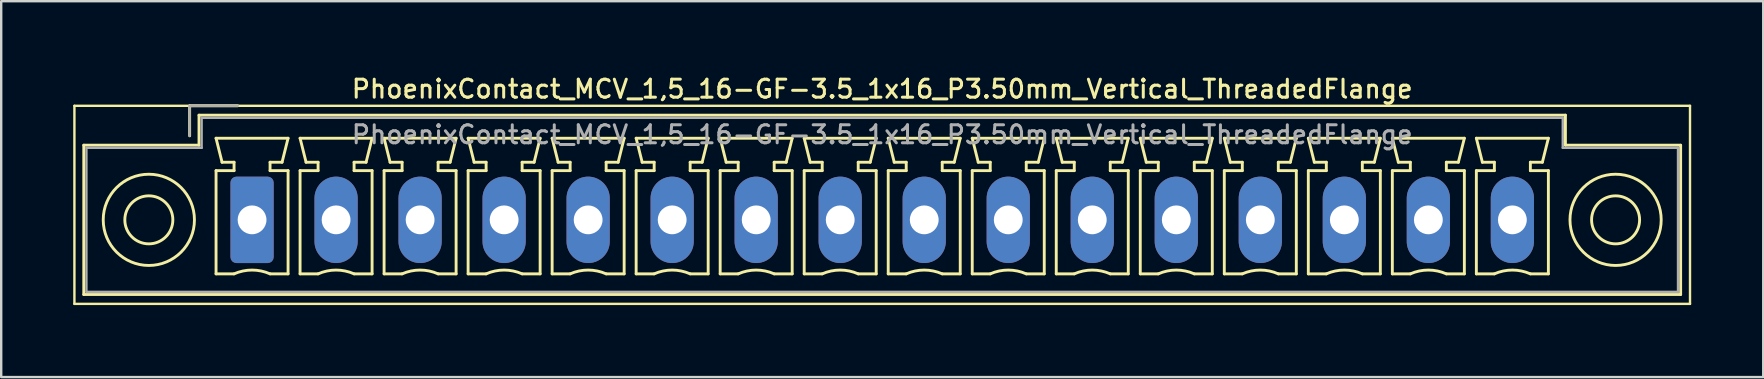
<source format=kicad_pcb>
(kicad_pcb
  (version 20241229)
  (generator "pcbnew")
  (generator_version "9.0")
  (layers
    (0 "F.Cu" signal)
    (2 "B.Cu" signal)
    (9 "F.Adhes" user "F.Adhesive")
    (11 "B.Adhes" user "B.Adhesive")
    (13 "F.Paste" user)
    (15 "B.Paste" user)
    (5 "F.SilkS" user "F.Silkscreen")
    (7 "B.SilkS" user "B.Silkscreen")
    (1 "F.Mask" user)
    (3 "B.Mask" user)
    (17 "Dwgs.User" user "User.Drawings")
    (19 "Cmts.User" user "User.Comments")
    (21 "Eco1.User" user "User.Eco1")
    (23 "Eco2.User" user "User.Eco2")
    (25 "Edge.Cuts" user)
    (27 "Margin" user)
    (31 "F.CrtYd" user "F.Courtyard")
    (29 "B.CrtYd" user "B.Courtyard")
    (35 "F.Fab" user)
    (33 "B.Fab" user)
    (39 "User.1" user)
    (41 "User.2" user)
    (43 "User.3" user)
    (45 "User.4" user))
  (footprint "PhoenixContact_MCV_1,5_16-GF-3.5_1x16_P3.50mm_Vertical_ThreadedFlange"
    (layer "F.Cu")
    (at 7.45 6.108)
    (property "Reference" "PhoenixContact_MCV_1,5_16-GF-3.5_1x16_P3.50mm_Vertical_ThreadedFlange" (at 26.25 -5.45 0) (layer "F.SilkS") (effects (font (size 0.75 0.75) (thickness 0.125))))
    (attr through_hole)
    (fp_line (start -7.4 -4.75) (end -7.4 3.5) (stroke (width 0.1) (type solid)) (layer "F.SilkS"))
    (fp_line (start -7.4 3.5) (end 59.9 3.5) (stroke (width 0.1) (type solid)) (layer "F.SilkS"))
    (fp_line (start -7.01 -3.11) (end -7.01 3.11) (stroke (width 0.12) (type solid)) (layer "F.SilkS"))
    (fp_line (start -7.01 3.11) (end 59.51 3.11) (stroke (width 0.12) (type solid)) (layer "F.SilkS"))
    (fp_line (start -2.6 -4.75) (end -0.6 -4.75) (stroke (width 0.12) (type solid)) (layer "F.SilkS"))
    (fp_line (start -2.6 -3.5) (end -2.6 -4.75) (stroke (width 0.12) (type solid)) (layer "F.SilkS"))
    (fp_line (start -2.21 -4.36) (end -2.21 -3.11) (stroke (width 0.12) (type solid)) (layer "F.SilkS"))
    (fp_line (start -2.21 -3.11) (end -7.01 -3.11) (stroke (width 0.12) (type solid)) (layer "F.SilkS"))
    (fp_line (start -1.5 -3.4) (end 1.5 -3.4) (stroke (width 0.12) (type solid)) (layer "F.SilkS"))
    (fp_line (start -1.5 -2.05) (end -0.75 -2.05) (stroke (width 0.12) (type solid)) (layer "F.SilkS"))
    (fp_line (start -1.5 2.25) (end -1.5 -2.05) (stroke (width 0.12) (type solid)) (layer "F.SilkS"))
    (fp_line (start -1.25 -2.4) (end -1.5 -3.4) (stroke (width 0.12) (type solid)) (layer "F.SilkS"))
    (fp_line (start -0.75 -2.4) (end -1.25 -2.4) (stroke (width 0.12) (type solid)) (layer "F.SilkS"))
    (fp_line (start -0.75 -2.05) (end -0.75 -2.4) (stroke (width 0.12) (type solid)) (layer "F.SilkS"))
    (fp_line (start -0.75 2.25) (end -1.5 2.25) (stroke (width 0.12) (type solid)) (layer "F.SilkS"))
    (fp_line (start 0.75 -2.4) (end 0.75 -2.05) (stroke (width 0.12) (type solid)) (layer "F.SilkS"))
    (fp_line (start 0.75 -2.05) (end 1.5 -2.05) (stroke (width 0.12) (type solid)) (layer "F.SilkS"))
    (fp_line (start 1.25 -2.4) (end 0.75 -2.4) (stroke (width 0.12) (type solid)) (layer "F.SilkS"))
    (fp_line (start 1.5 -3.4) (end 1.25 -2.4) (stroke (width 0.12) (type solid)) (layer "F.SilkS"))
    (fp_line (start 1.5 -2.05) (end 1.5 2.25) (stroke (width 0.12) (type solid)) (layer "F.SilkS"))
    (fp_line (start 1.5 2.25) (end 0.75 2.25) (stroke (width 0.12) (type solid)) (layer "F.SilkS"))
    (fp_line (start 2 -3.4) (end 5 -3.4) (stroke (width 0.12) (type solid)) (layer "F.SilkS"))
    (fp_line (start 2 -2.05) (end 2.75 -2.05) (stroke (width 0.12) (type solid)) (layer "F.SilkS"))
    (fp_line (start 2 2.25) (end 2 -2.05) (stroke (width 0.12) (type solid)) (layer "F.SilkS"))
    (fp_line (start 2.25 -2.4) (end 2 -3.4) (stroke (width 0.12) (type solid)) (layer "F.SilkS"))
    (fp_line (start 2.75 -2.4) (end 2.25 -2.4) (stroke (width 0.12) (type solid)) (layer "F.SilkS"))
    (fp_line (start 2.75 -2.05) (end 2.75 -2.4) (stroke (width 0.12) (type solid)) (layer "F.SilkS"))
    (fp_line (start 2.75 2.25) (end 2 2.25) (stroke (width 0.12) (type solid)) (layer "F.SilkS"))
    (fp_line (start 4.25 -2.4) (end 4.25 -2.05) (stroke (width 0.12) (type solid)) (layer "F.SilkS"))
    (fp_line (start 4.25 -2.05) (end 5 -2.05) (stroke (width 0.12) (type solid)) (layer "F.SilkS"))
    (fp_line (start 4.75 -2.4) (end 4.25 -2.4) (stroke (width 0.12) (type solid)) (layer "F.SilkS"))
    (fp_line (start 5 -3.4) (end 4.75 -2.4) (stroke (width 0.12) (type solid)) (layer "F.SilkS"))
    (fp_line (start 5 -2.05) (end 5 2.25) (stroke (width 0.12) (type solid)) (layer "F.SilkS"))
    (fp_line (start 5 2.25) (end 4.25 2.25) (stroke (width 0.12) (type solid)) (layer "F.SilkS"))
    (fp_line (start 5.5 -3.4) (end 8.5 -3.4) (stroke (width 0.12) (type solid)) (layer "F.SilkS"))
    (fp_line (start 5.5 -2.05) (end 6.25 -2.05) (stroke (width 0.12) (type solid)) (layer "F.SilkS"))
    (fp_line (start 5.5 2.25) (end 5.5 -2.05) (stroke (width 0.12) (type solid)) (layer "F.SilkS"))
    (fp_line (start 5.75 -2.4) (end 5.5 -3.4) (stroke (width 0.12) (type solid)) (layer "F.SilkS"))
    (fp_line (start 6.25 -2.4) (end 5.75 -2.4) (stroke (width 0.12) (type solid)) (layer "F.SilkS"))
    (fp_line (start 6.25 -2.05) (end 6.25 -2.4) (stroke (width 0.12) (type solid)) (layer "F.SilkS"))
    (fp_line (start 6.25 2.25) (end 5.5 2.25) (stroke (width 0.12) (type solid)) (layer "F.SilkS"))
    (fp_line (start 7.75 -2.4) (end 7.75 -2.05) (stroke (width 0.12) (type solid)) (layer "F.SilkS"))
    (fp_line (start 7.75 -2.05) (end 8.5 -2.05) (stroke (width 0.12) (type solid)) (layer "F.SilkS"))
    (fp_line (start 8.25 -2.4) (end 7.75 -2.4) (stroke (width 0.12) (type solid)) (layer "F.SilkS"))
    (fp_line (start 8.5 -3.4) (end 8.25 -2.4) (stroke (width 0.12) (type solid)) (layer "F.SilkS"))
    (fp_line (start 8.5 -2.05) (end 8.5 2.25) (stroke (width 0.12) (type solid)) (layer "F.SilkS"))
    (fp_line (start 8.5 2.25) (end 7.75 2.25) (stroke (width 0.12) (type solid)) (layer "F.SilkS"))
    (fp_line (start 9 -3.4) (end 12 -3.4) (stroke (width 0.12) (type solid)) (layer "F.SilkS"))
    (fp_line (start 9 -2.05) (end 9.75 -2.05) (stroke (width 0.12) (type solid)) (layer "F.SilkS"))
    (fp_line (start 9 2.25) (end 9 -2.05) (stroke (width 0.12) (type solid)) (layer "F.SilkS"))
    (fp_line (start 9.25 -2.4) (end 9 -3.4) (stroke (width 0.12) (type solid)) (layer "F.SilkS"))
    (fp_line (start 9.75 -2.4) (end 9.25 -2.4) (stroke (width 0.12) (type solid)) (layer "F.SilkS"))
    (fp_line (start 9.75 -2.05) (end 9.75 -2.4) (stroke (width 0.12) (type solid)) (layer "F.SilkS"))
    (fp_line (start 9.75 2.25) (end 9 2.25) (stroke (width 0.12) (type solid)) (layer "F.SilkS"))
    (fp_line (start 11.25 -2.4) (end 11.25 -2.05) (stroke (width 0.12) (type solid)) (layer "F.SilkS"))
    (fp_line (start 11.25 -2.05) (end 12 -2.05) (stroke (width 0.12) (type solid)) (layer "F.SilkS"))
    (fp_line (start 11.75 -2.4) (end 11.25 -2.4) (stroke (width 0.12) (type solid)) (layer "F.SilkS"))
    (fp_line (start 12 -3.4) (end 11.75 -2.4) (stroke (width 0.12) (type solid)) (layer "F.SilkS"))
    (fp_line (start 12 -2.05) (end 12 2.25) (stroke (width 0.12) (type solid)) (layer "F.SilkS"))
    (fp_line (start 12 2.25) (end 11.25 2.25) (stroke (width 0.12) (type solid)) (layer "F.SilkS"))
    (fp_line (start 12.5 -3.4) (end 15.5 -3.4) (stroke (width 0.12) (type solid)) (layer "F.SilkS"))
    (fp_line (start 12.5 -2.05) (end 13.25 -2.05) (stroke (width 0.12) (type solid)) (layer "F.SilkS"))
    (fp_line (start 12.5 2.25) (end 12.5 -2.05) (stroke (width 0.12) (type solid)) (layer "F.SilkS"))
    (fp_line (start 12.75 -2.4) (end 12.5 -3.4) (stroke (width 0.12) (type solid)) (layer "F.SilkS"))
    (fp_line (start 13.25 -2.4) (end 12.75 -2.4) (stroke (width 0.12) (type solid)) (layer "F.SilkS"))
    (fp_line (start 13.25 -2.05) (end 13.25 -2.4) (stroke (width 0.12) (type solid)) (layer "F.SilkS"))
    (fp_line (start 13.25 2.25) (end 12.5 2.25) (stroke (width 0.12) (type solid)) (layer "F.SilkS"))
    (fp_line (start 14.75 -2.4) (end 14.75 -2.05) (stroke (width 0.12) (type solid)) (layer "F.SilkS"))
    (fp_line (start 14.75 -2.05) (end 15.5 -2.05) (stroke (width 0.12) (type solid)) (layer "F.SilkS"))
    (fp_line (start 15.25 -2.4) (end 14.75 -2.4) (stroke (width 0.12) (type solid)) (layer "F.SilkS"))
    (fp_line (start 15.5 -3.4) (end 15.25 -2.4) (stroke (width 0.12) (type solid)) (layer "F.SilkS"))
    (fp_line (start 15.5 -2.05) (end 15.5 2.25) (stroke (width 0.12) (type solid)) (layer "F.SilkS"))
    (fp_line (start 15.5 2.25) (end 14.75 2.25) (stroke (width 0.12) (type solid)) (layer "F.SilkS"))
    (fp_line (start 16 -3.4) (end 19 -3.4) (stroke (width 0.12) (type solid)) (layer "F.SilkS"))
    (fp_line (start 16 -2.05) (end 16.75 -2.05) (stroke (width 0.12) (type solid)) (layer "F.SilkS"))
    (fp_line (start 16 2.25) (end 16 -2.05) (stroke (width 0.12) (type solid)) (layer "F.SilkS"))
    (fp_line (start 16.25 -2.4) (end 16 -3.4) (stroke (width 0.12) (type solid)) (layer "F.SilkS"))
    (fp_line (start 16.75 -2.4) (end 16.25 -2.4) (stroke (width 0.12) (type solid)) (layer "F.SilkS"))
    (fp_line (start 16.75 -2.05) (end 16.75 -2.4) (stroke (width 0.12) (type solid)) (layer "F.SilkS"))
    (fp_line (start 16.75 2.25) (end 16 2.25) (stroke (width 0.12) (type solid)) (layer "F.SilkS"))
    (fp_line (start 18.25 -2.4) (end 18.25 -2.05) (stroke (width 0.12) (type solid)) (layer "F.SilkS"))
    (fp_line (start 18.25 -2.05) (end 19 -2.05) (stroke (width 0.12) (type solid)) (layer "F.SilkS"))
    (fp_line (start 18.75 -2.4) (end 18.25 -2.4) (stroke (width 0.12) (type solid)) (layer "F.SilkS"))
    (fp_line (start 19 -3.4) (end 18.75 -2.4) (stroke (width 0.12) (type solid)) (layer "F.SilkS"))
    (fp_line (start 19 -2.05) (end 19 2.25) (stroke (width 0.12) (type solid)) (layer "F.SilkS"))
    (fp_line (start 19 2.25) (end 18.25 2.25) (stroke (width 0.12) (type solid)) (layer "F.SilkS"))
    (fp_line (start 19.5 -3.4) (end 22.5 -3.4) (stroke (width 0.12) (type solid)) (layer "F.SilkS"))
    (fp_line (start 19.5 -2.05) (end 20.25 -2.05) (stroke (width 0.12) (type solid)) (layer "F.SilkS"))
    (fp_line (start 19.5 2.25) (end 19.5 -2.05) (stroke (width 0.12) (type solid)) (layer "F.SilkS"))
    (fp_line (start 19.75 -2.4) (end 19.5 -3.4) (stroke (width 0.12) (type solid)) (layer "F.SilkS"))
    (fp_line (start 20.25 -2.4) (end 19.75 -2.4) (stroke (width 0.12) (type solid)) (layer "F.SilkS"))
    (fp_line (start 20.25 -2.05) (end 20.25 -2.4) (stroke (width 0.12) (type solid)) (layer "F.SilkS"))
    (fp_line (start 20.25 2.25) (end 19.5 2.25) (stroke (width 0.12) (type solid)) (layer "F.SilkS"))
    (fp_line (start 21.75 -2.4) (end 21.75 -2.05) (stroke (width 0.12) (type solid)) (layer "F.SilkS"))
    (fp_line (start 21.75 -2.05) (end 22.5 -2.05) (stroke (width 0.12) (type solid)) (layer "F.SilkS"))
    (fp_line (start 22.25 -2.4) (end 21.75 -2.4) (stroke (width 0.12) (type solid)) (layer "F.SilkS"))
    (fp_line (start 22.5 -3.4) (end 22.25 -2.4) (stroke (width 0.12) (type solid)) (layer "F.SilkS"))
    (fp_line (start 22.5 -2.05) (end 22.5 2.25) (stroke (width 0.12) (type solid)) (layer "F.SilkS"))
    (fp_line (start 22.5 2.25) (end 21.75 2.25) (stroke (width 0.12) (type solid)) (layer "F.SilkS"))
    (fp_line (start 23 -3.4) (end 26 -3.4) (stroke (width 0.12) (type solid)) (layer "F.SilkS"))
    (fp_line (start 23 -2.05) (end 23.75 -2.05) (stroke (width 0.12) (type solid)) (layer "F.SilkS"))
    (fp_line (start 23 2.25) (end 23 -2.05) (stroke (width 0.12) (type solid)) (layer "F.SilkS"))
    (fp_line (start 23.25 -2.4) (end 23 -3.4) (stroke (width 0.12) (type solid)) (layer "F.SilkS"))
    (fp_line (start 23.75 -2.4) (end 23.25 -2.4) (stroke (width 0.12) (type solid)) (layer "F.SilkS"))
    (fp_line (start 23.75 -2.05) (end 23.75 -2.4) (stroke (width 0.12) (type solid)) (layer "F.SilkS"))
    (fp_line (start 23.75 2.25) (end 23 2.25) (stroke (width 0.12) (type solid)) (layer "F.SilkS"))
    (fp_line (start 25.25 -2.4) (end 25.25 -2.05) (stroke (width 0.12) (type solid)) (layer "F.SilkS"))
    (fp_line (start 25.25 -2.05) (end 26 -2.05) (stroke (width 0.12) (type solid)) (layer "F.SilkS"))
    (fp_line (start 25.75 -2.4) (end 25.25 -2.4) (stroke (width 0.12) (type solid)) (layer "F.SilkS"))
    (fp_line (start 26 -3.4) (end 25.75 -2.4) (stroke (width 0.12) (type solid)) (layer "F.SilkS"))
    (fp_line (start 26 -2.05) (end 26 2.25) (stroke (width 0.12) (type solid)) (layer "F.SilkS"))
    (fp_line (start 26 2.25) (end 25.25 2.25) (stroke (width 0.12) (type solid)) (layer "F.SilkS"))
    (fp_line (start 26.5 -3.4) (end 29.5 -3.4) (stroke (width 0.12) (type solid)) (layer "F.SilkS"))
    (fp_line (start 26.5 -2.05) (end 27.25 -2.05) (stroke (width 0.12) (type solid)) (layer "F.SilkS"))
    (fp_line (start 26.5 2.25) (end 26.5 -2.05) (stroke (width 0.12) (type solid)) (layer "F.SilkS"))
    (fp_line (start 26.75 -2.4) (end 26.5 -3.4) (stroke (width 0.12) (type solid)) (layer "F.SilkS"))
    (fp_line (start 27.25 -2.4) (end 26.75 -2.4) (stroke (width 0.12) (type solid)) (layer "F.SilkS"))
    (fp_line (start 27.25 -2.05) (end 27.25 -2.4) (stroke (width 0.12) (type solid)) (layer "F.SilkS"))
    (fp_line (start 27.25 2.25) (end 26.5 2.25) (stroke (width 0.12) (type solid)) (layer "F.SilkS"))
    (fp_line (start 28.75 -2.4) (end 28.75 -2.05) (stroke (width 0.12) (type solid)) (layer "F.SilkS"))
    (fp_line (start 28.75 -2.05) (end 29.5 -2.05) (stroke (width 0.12) (type solid)) (layer "F.SilkS"))
    (fp_line (start 29.25 -2.4) (end 28.75 -2.4) (stroke (width 0.12) (type solid)) (layer "F.SilkS"))
    (fp_line (start 29.5 -3.4) (end 29.25 -2.4) (stroke (width 0.12) (type solid)) (layer "F.SilkS"))
    (fp_line (start 29.5 -2.05) (end 29.5 2.25) (stroke (width 0.12) (type solid)) (layer "F.SilkS"))
    (fp_line (start 29.5 2.25) (end 28.75 2.25) (stroke (width 0.12) (type solid)) (layer "F.SilkS"))
    (fp_line (start 30 -3.4) (end 33 -3.4) (stroke (width 0.12) (type solid)) (layer "F.SilkS"))
    (fp_line (start 30 -2.05) (end 30.75 -2.05) (stroke (width 0.12) (type solid)) (layer "F.SilkS"))
    (fp_line (start 30 2.25) (end 30 -2.05) (stroke (width 0.12) (type solid)) (layer "F.SilkS"))
    (fp_line (start 30.25 -2.4) (end 30 -3.4) (stroke (width 0.12) (type solid)) (layer "F.SilkS"))
    (fp_line (start 30.75 -2.4) (end 30.25 -2.4) (stroke (width 0.12) (type solid)) (layer "F.SilkS"))
    (fp_line (start 30.75 -2.05) (end 30.75 -2.4) (stroke (width 0.12) (type solid)) (layer "F.SilkS"))
    (fp_line (start 30.75 2.25) (end 30 2.25) (stroke (width 0.12) (type solid)) (layer "F.SilkS"))
    (fp_line (start 32.25 -2.4) (end 32.25 -2.05) (stroke (width 0.12) (type solid)) (layer "F.SilkS"))
    (fp_line (start 32.25 -2.05) (end 33 -2.05) (stroke (width 0.12) (type solid)) (layer "F.SilkS"))
    (fp_line (start 32.75 -2.4) (end 32.25 -2.4) (stroke (width 0.12) (type solid)) (layer "F.SilkS"))
    (fp_line (start 33 -3.4) (end 32.75 -2.4) (stroke (width 0.12) (type solid)) (layer "F.SilkS"))
    (fp_line (start 33 -2.05) (end 33 2.25) (stroke (width 0.12) (type solid)) (layer "F.SilkS"))
    (fp_line (start 33 2.25) (end 32.25 2.25) (stroke (width 0.12) (type solid)) (layer "F.SilkS"))
    (fp_line (start 33.5 -3.4) (end 36.5 -3.4) (stroke (width 0.12) (type solid)) (layer "F.SilkS"))
    (fp_line (start 33.5 -2.05) (end 34.25 -2.05) (stroke (width 0.12) (type solid)) (layer "F.SilkS"))
    (fp_line (start 33.5 2.25) (end 33.5 -2.05) (stroke (width 0.12) (type solid)) (layer "F.SilkS"))
    (fp_line (start 33.75 -2.4) (end 33.5 -3.4) (stroke (width 0.12) (type solid)) (layer "F.SilkS"))
    (fp_line (start 34.25 -2.4) (end 33.75 -2.4) (stroke (width 0.12) (type solid)) (layer "F.SilkS"))
    (fp_line (start 34.25 -2.05) (end 34.25 -2.4) (stroke (width 0.12) (type solid)) (layer "F.SilkS"))
    (fp_line (start 34.25 2.25) (end 33.5 2.25) (stroke (width 0.12) (type solid)) (layer "F.SilkS"))
    (fp_line (start 35.75 -2.4) (end 35.75 -2.05) (stroke (width 0.12) (type solid)) (layer "F.SilkS"))
    (fp_line (start 35.75 -2.05) (end 36.5 -2.05) (stroke (width 0.12) (type solid)) (layer "F.SilkS"))
    (fp_line (start 36.25 -2.4) (end 35.75 -2.4) (stroke (width 0.12) (type solid)) (layer "F.SilkS"))
    (fp_line (start 36.5 -3.4) (end 36.25 -2.4) (stroke (width 0.12) (type solid)) (layer "F.SilkS"))
    (fp_line (start 36.5 -2.05) (end 36.5 2.25) (stroke (width 0.12) (type solid)) (layer "F.SilkS"))
    (fp_line (start 36.5 2.25) (end 35.75 2.25) (stroke (width 0.12) (type solid)) (layer "F.SilkS"))
    (fp_line (start 37 -3.4) (end 40 -3.4) (stroke (width 0.12) (type solid)) (layer "F.SilkS"))
    (fp_line (start 37 -2.05) (end 37.75 -2.05) (stroke (width 0.12) (type solid)) (layer "F.SilkS"))
    (fp_line (start 37 2.25) (end 37 -2.05) (stroke (width 0.12) (type solid)) (layer "F.SilkS"))
    (fp_line (start 37.25 -2.4) (end 37 -3.4) (stroke (width 0.12) (type solid)) (layer "F.SilkS"))
    (fp_line (start 37.75 -2.4) (end 37.25 -2.4) (stroke (width 0.12) (type solid)) (layer "F.SilkS"))
    (fp_line (start 37.75 -2.05) (end 37.75 -2.4) (stroke (width 0.12) (type solid)) (layer "F.SilkS"))
    (fp_line (start 37.75 2.25) (end 37 2.25) (stroke (width 0.12) (type solid)) (layer "F.SilkS"))
    (fp_line (start 39.25 -2.4) (end 39.25 -2.05) (stroke (width 0.12) (type solid)) (layer "F.SilkS"))
    (fp_line (start 39.25 -2.05) (end 40 -2.05) (stroke (width 0.12) (type solid)) (layer "F.SilkS"))
    (fp_line (start 39.75 -2.4) (end 39.25 -2.4) (stroke (width 0.12) (type solid)) (layer "F.SilkS"))
    (fp_line (start 40 -3.4) (end 39.75 -2.4) (stroke (width 0.12) (type solid)) (layer "F.SilkS"))
    (fp_line (start 40 -2.05) (end 40 2.25) (stroke (width 0.12) (type solid)) (layer "F.SilkS"))
    (fp_line (start 40 2.25) (end 39.25 2.25) (stroke (width 0.12) (type solid)) (layer "F.SilkS"))
    (fp_line (start 40.5 -3.4) (end 43.5 -3.4) (stroke (width 0.12) (type solid)) (layer "F.SilkS"))
    (fp_line (start 40.5 -2.05) (end 41.25 -2.05) (stroke (width 0.12) (type solid)) (layer "F.SilkS"))
    (fp_line (start 40.5 2.25) (end 40.5 -2.05) (stroke (width 0.12) (type solid)) (layer "F.SilkS"))
    (fp_line (start 40.75 -2.4) (end 40.5 -3.4) (stroke (width 0.12) (type solid)) (layer "F.SilkS"))
    (fp_line (start 41.25 -2.4) (end 40.75 -2.4) (stroke (width 0.12) (type solid)) (layer "F.SilkS"))
    (fp_line (start 41.25 -2.05) (end 41.25 -2.4) (stroke (width 0.12) (type solid)) (layer "F.SilkS"))
    (fp_line (start 41.25 2.25) (end 40.5 2.25) (stroke (width 0.12) (type solid)) (layer "F.SilkS"))
    (fp_line (start 42.75 -2.4) (end 42.75 -2.05) (stroke (width 0.12) (type solid)) (layer "F.SilkS"))
    (fp_line (start 42.75 -2.05) (end 43.5 -2.05) (stroke (width 0.12) (type solid)) (layer "F.SilkS"))
    (fp_line (start 43.25 -2.4) (end 42.75 -2.4) (stroke (width 0.12) (type solid)) (layer "F.SilkS"))
    (fp_line (start 43.5 -3.4) (end 43.25 -2.4) (stroke (width 0.12) (type solid)) (layer "F.SilkS"))
    (fp_line (start 43.5 -2.05) (end 43.5 2.25) (stroke (width 0.12) (type solid)) (layer "F.SilkS"))
    (fp_line (start 43.5 2.25) (end 42.75 2.25) (stroke (width 0.12) (type solid)) (layer "F.SilkS"))
    (fp_line (start 44 -3.4) (end 47 -3.4) (stroke (width 0.12) (type solid)) (layer "F.SilkS"))
    (fp_line (start 44 -2.05) (end 44.75 -2.05) (stroke (width 0.12) (type solid)) (layer "F.SilkS"))
    (fp_line (start 44 2.25) (end 44 -2.05) (stroke (width 0.12) (type solid)) (layer "F.SilkS"))
    (fp_line (start 44.25 -2.4) (end 44 -3.4) (stroke (width 0.12) (type solid)) (layer "F.SilkS"))
    (fp_line (start 44.75 -2.4) (end 44.25 -2.4) (stroke (width 0.12) (type solid)) (layer "F.SilkS"))
    (fp_line (start 44.75 -2.05) (end 44.75 -2.4) (stroke (width 0.12) (type solid)) (layer "F.SilkS"))
    (fp_line (start 44.75 2.25) (end 44 2.25) (stroke (width 0.12) (type solid)) (layer "F.SilkS"))
    (fp_line (start 46.25 -2.4) (end 46.25 -2.05) (stroke (width 0.12) (type solid)) (layer "F.SilkS"))
    (fp_line (start 46.25 -2.05) (end 47 -2.05) (stroke (width 0.12) (type solid)) (layer "F.SilkS"))
    (fp_line (start 46.75 -2.4) (end 46.25 -2.4) (stroke (width 0.12) (type solid)) (layer "F.SilkS"))
    (fp_line (start 47 -3.4) (end 46.75 -2.4) (stroke (width 0.12) (type solid)) (layer "F.SilkS"))
    (fp_line (start 47 -2.05) (end 47 2.25) (stroke (width 0.12) (type solid)) (layer "F.SilkS"))
    (fp_line (start 47 2.25) (end 46.25 2.25) (stroke (width 0.12) (type solid)) (layer "F.SilkS"))
    (fp_line (start 47.5 -3.4) (end 50.5 -3.4) (stroke (width 0.12) (type solid)) (layer "F.SilkS"))
    (fp_line (start 47.5 -2.05) (end 48.25 -2.05) (stroke (width 0.12) (type solid)) (layer "F.SilkS"))
    (fp_line (start 47.5 2.25) (end 47.5 -2.05) (stroke (width 0.12) (type solid)) (layer "F.SilkS"))
    (fp_line (start 47.75 -2.4) (end 47.5 -3.4) (stroke (width 0.12) (type solid)) (layer "F.SilkS"))
    (fp_line (start 48.25 -2.4) (end 47.75 -2.4) (stroke (width 0.12) (type solid)) (layer "F.SilkS"))
    (fp_line (start 48.25 -2.05) (end 48.25 -2.4) (stroke (width 0.12) (type solid)) (layer "F.SilkS"))
    (fp_line (start 48.25 2.25) (end 47.5 2.25) (stroke (width 0.12) (type solid)) (layer "F.SilkS"))
    (fp_line (start 49.75 -2.4) (end 49.75 -2.05) (stroke (width 0.12) (type solid)) (layer "F.SilkS"))
    (fp_line (start 49.75 -2.05) (end 50.5 -2.05) (stroke (width 0.12) (type solid)) (layer "F.SilkS"))
    (fp_line (start 50.25 -2.4) (end 49.75 -2.4) (stroke (width 0.12) (type solid)) (layer "F.SilkS"))
    (fp_line (start 50.5 -3.4) (end 50.25 -2.4) (stroke (width 0.12) (type solid)) (layer "F.SilkS"))
    (fp_line (start 50.5 -2.05) (end 50.5 2.25) (stroke (width 0.12) (type solid)) (layer "F.SilkS"))
    (fp_line (start 50.5 2.25) (end 49.75 2.25) (stroke (width 0.12) (type solid)) (layer "F.SilkS"))
    (fp_line (start 51 -3.4) (end 54 -3.4) (stroke (width 0.12) (type solid)) (layer "F.SilkS"))
    (fp_line (start 51 -2.05) (end 51.75 -2.05) (stroke (width 0.12) (type solid)) (layer "F.SilkS"))
    (fp_line (start 51 2.25) (end 51 -2.05) (stroke (width 0.12) (type solid)) (layer "F.SilkS"))
    (fp_line (start 51.25 -2.4) (end 51 -3.4) (stroke (width 0.12) (type solid)) (layer "F.SilkS"))
    (fp_line (start 51.75 -2.4) (end 51.25 -2.4) (stroke (width 0.12) (type solid)) (layer "F.SilkS"))
    (fp_line (start 51.75 -2.05) (end 51.75 -2.4) (stroke (width 0.12) (type solid)) (layer "F.SilkS"))
    (fp_line (start 51.75 2.25) (end 51 2.25) (stroke (width 0.12) (type solid)) (layer "F.SilkS"))
    (fp_line (start 53.25 -2.4) (end 53.25 -2.05) (stroke (width 0.12) (type solid)) (layer "F.SilkS"))
    (fp_line (start 53.25 -2.05) (end 54 -2.05) (stroke (width 0.12) (type solid)) (layer "F.SilkS"))
    (fp_line (start 53.75 -2.4) (end 53.25 -2.4) (stroke (width 0.12) (type solid)) (layer "F.SilkS"))
    (fp_line (start 54 -3.4) (end 53.75 -2.4) (stroke (width 0.12) (type solid)) (layer "F.SilkS"))
    (fp_line (start 54 -2.05) (end 54 2.25) (stroke (width 0.12) (type solid)) (layer "F.SilkS"))
    (fp_line (start 54 2.25) (end 53.25 2.25) (stroke (width 0.12) (type solid)) (layer "F.SilkS"))
    (fp_line (start 54.71 -4.36) (end -2.21 -4.36) (stroke (width 0.12) (type solid)) (layer "F.SilkS"))
    (fp_line (start 54.71 -3.11) (end 54.71 -4.36) (stroke (width 0.12) (type solid)) (layer "F.SilkS"))
    (fp_line (start 59.51 -3.11) (end 54.71 -3.11) (stroke (width 0.12) (type solid)) (layer "F.SilkS"))
    (fp_line (start 59.51 3.11) (end 59.51 -3.11) (stroke (width 0.12) (type solid)) (layer "F.SilkS"))
    (fp_line (start 59.9 -4.75) (end -7.4 -4.75) (stroke (width 0.1) (type solid)) (layer "F.SilkS"))
    (fp_line (start 59.9 3.5) (end 59.9 -4.75) (stroke (width 0.1) (type solid)) (layer "F.SilkS"))
    (fp_arc (start -0.75 2.25) (mid -0.000193 2.09191) (end 0.749647 2.249844) (stroke (width 0.12) (type solid)) (layer "F.SilkS"))
    (fp_arc (start 2.75 2.25) (mid 3.499807 2.09191) (end 4.249647 2.249844) (stroke (width 0.12) (type solid)) (layer "F.SilkS"))
    (fp_arc (start 6.25 2.25) (mid 6.999807 2.09191) (end 7.749647 2.249844) (stroke (width 0.12) (type solid)) (layer "F.SilkS"))
    (fp_arc (start 9.75 2.25) (mid 10.499807 2.09191) (end 11.249647 2.249844) (stroke (width 0.12) (type solid)) (layer "F.SilkS"))
    (fp_arc (start 13.25 2.25) (mid 13.999807 2.09191) (end 14.749647 2.249844) (stroke (width 0.12) (type solid)) (layer "F.SilkS"))
    (fp_arc (start 16.75 2.25) (mid 17.499807 2.09191) (end 18.249647 2.249844) (stroke (width 0.12) (type solid)) (layer "F.SilkS"))
    (fp_arc (start 20.25 2.25) (mid 20.999807 2.09191) (end 21.749647 2.249844) (stroke (width 0.12) (type solid)) (layer "F.SilkS"))
    (fp_arc (start 23.75 2.25) (mid 24.499807 2.09191) (end 25.249647 2.249844) (stroke (width 0.12) (type solid)) (layer "F.SilkS"))
    (fp_arc (start 27.25 2.25) (mid 27.999807 2.09191) (end 28.749647 2.249844) (stroke (width 0.12) (type solid)) (layer "F.SilkS"))
    (fp_arc (start 30.75 2.25) (mid 31.499807 2.09191) (end 32.249647 2.249844) (stroke (width 0.12) (type solid)) (layer "F.SilkS"))
    (fp_arc (start 34.25 2.25) (mid 34.999807 2.09191) (end 35.749647 2.249844) (stroke (width 0.12) (type solid)) (layer "F.SilkS"))
    (fp_arc (start 37.75 2.25) (mid 38.499807 2.09191) (end 39.249647 2.249844) (stroke (width 0.12) (type solid)) (layer "F.SilkS"))
    (fp_arc (start 41.25 2.25) (mid 41.999807 2.09191) (end 42.749647 2.249844) (stroke (width 0.12) (type solid)) (layer "F.SilkS"))
    (fp_arc (start 44.75 2.25) (mid 45.499807 2.09191) (end 46.249647 2.249844) (stroke (width 0.12) (type solid)) (layer "F.SilkS"))
    (fp_arc (start 48.25 2.25) (mid 48.999807 2.09191) (end 49.749647 2.249844) (stroke (width 0.12) (type solid)) (layer "F.SilkS"))
    (fp_arc (start 51.75 2.25) (mid 52.499807 2.09191) (end 53.249647 2.249844) (stroke (width 0.12) (type solid)) (layer "F.SilkS"))
    (fp_circle (center -4.3 0) (end -3.3 0) (stroke (width 0.12) (type solid)) (fill no) (layer "F.SilkS"))
    (fp_circle (center -4.3 0) (end -2.4 0) (stroke (width 0.12) (type solid)) (fill no) (layer "F.SilkS"))
    (fp_circle (center 56.8 0) (end 57.8 0) (stroke (width 0.12) (type solid)) (fill no) (layer "F.SilkS"))
    (fp_circle (center 56.8 0) (end 58.7 0) (stroke (width 0.12) (type solid)) (fill no) (layer "F.SilkS"))
    (fp_line (start -6.9 -3) (end -6.9 3) (stroke (width 0.1) (type solid)) (layer "F.Fab"))
    (fp_line (start -6.9 3) (end 59.4 3) (stroke (width 0.1) (type solid)) (layer "F.Fab"))
    (fp_line (start -2.6 -4.75) (end -0.6 -4.75) (stroke (width 0.1) (type solid)) (layer "F.Fab"))
    (fp_line (start -2.6 -3.5) (end -2.6 -4.75) (stroke (width 0.1) (type solid)) (layer "F.Fab"))
    (fp_line (start -2.1 -4.25) (end -2.1 -3) (stroke (width 0.1) (type solid)) (layer "F.Fab"))
    (fp_line (start -2.1 -3) (end -6.9 -3) (stroke (width 0.1) (type solid)) (layer "F.Fab"))
    (fp_line (start 54.6 -4.25) (end -2.1 -4.25) (stroke (width 0.1) (type solid)) (layer "F.Fab"))
    (fp_line (start 54.6 -3) (end 54.6 -4.25) (stroke (width 0.1) (type solid)) (layer "F.Fab"))
    (fp_line (start 59.4 -3) (end 54.6 -3) (stroke (width 0.1) (type solid)) (layer "F.Fab"))
    (fp_line (start 59.4 3) (end 59.4 -3) (stroke (width 0.1) (type solid)) (layer "F.Fab"))
    (fp_text user "${REFERENCE}" (at 26.25 -3.55 0) (layer "F.Fab") (effects (font (size 0.75 0.75) (thickness 0.125))))
    (pad "1" thru_hole roundrect (at 0 0) (size 1.8 3.6) (drill 1.2) (layers "*.Cu" "*.Mask") (roundrect_rratio 0.139))
    (pad "2" thru_hole oval (at 3.5 0) (size 1.8 3.6) (drill 1.2) (layers "*.Cu" "*.Mask"))
    (pad "3" thru_hole oval (at 7 0) (size 1.8 3.6) (drill 1.2) (layers "*.Cu" "*.Mask"))
    (pad "4" thru_hole oval (at 10.5 0) (size 1.8 3.6) (drill 1.2) (layers "*.Cu" "*.Mask"))
    (pad "5" thru_hole oval (at 14 0) (size 1.8 3.6) (drill 1.2) (layers "*.Cu" "*.Mask"))
    (pad "6" thru_hole oval (at 17.5 0) (size 1.8 3.6) (drill 1.2) (layers "*.Cu" "*.Mask"))
    (pad "7" thru_hole oval (at 21 0) (size 1.8 3.6) (drill 1.2) (layers "*.Cu" "*.Mask"))
    (pad "8" thru_hole oval (at 24.5 0) (size 1.8 3.6) (drill 1.2) (layers "*.Cu" "*.Mask"))
    (pad "9" thru_hole oval (at 28 0) (size 1.8 3.6) (drill 1.2) (layers "*.Cu" "*.Mask"))
    (pad "10" thru_hole oval (at 31.5 0) (size 1.8 3.6) (drill 1.2) (layers "*.Cu" "*.Mask"))
    (pad "11" thru_hole oval (at 35 0) (size 1.8 3.6) (drill 1.2) (layers "*.Cu" "*.Mask"))
    (pad "12" thru_hole oval (at 38.5 0) (size 1.8 3.6) (drill 1.2) (layers "*.Cu" "*.Mask"))
    (pad "13" thru_hole oval (at 42 0) (size 1.8 3.6) (drill 1.2) (layers "*.Cu" "*.Mask"))
    (pad "14" thru_hole oval (at 45.5 0) (size 1.8 3.6) (drill 1.2) (layers "*.Cu" "*.Mask"))
    (pad "15" thru_hole oval (at 49 0) (size 1.8 3.6) (drill 1.2) (layers "*.Cu" "*.Mask"))
    (pad "16" thru_hole oval (at 52.5 0) (size 1.8 3.6) (drill 1.2) (layers "*.Cu" "*.Mask")))
  (gr_rect
    (start -3 -3)
    (end 70.4 12.658)
    (stroke (width 0.1) (type default))
    (fill no)
    (layer "Edge.Cuts")))
</source>
